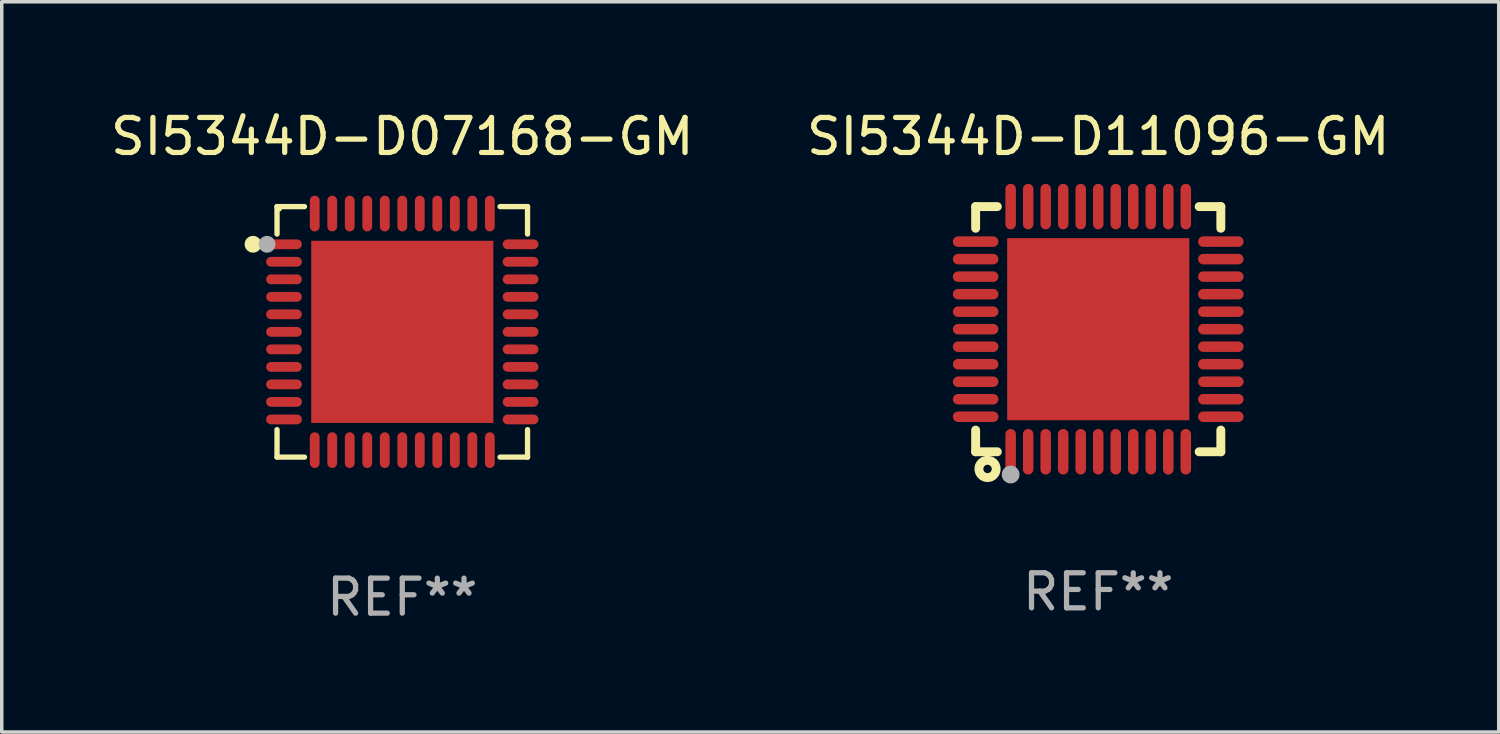
<source format=kicad_pcb>
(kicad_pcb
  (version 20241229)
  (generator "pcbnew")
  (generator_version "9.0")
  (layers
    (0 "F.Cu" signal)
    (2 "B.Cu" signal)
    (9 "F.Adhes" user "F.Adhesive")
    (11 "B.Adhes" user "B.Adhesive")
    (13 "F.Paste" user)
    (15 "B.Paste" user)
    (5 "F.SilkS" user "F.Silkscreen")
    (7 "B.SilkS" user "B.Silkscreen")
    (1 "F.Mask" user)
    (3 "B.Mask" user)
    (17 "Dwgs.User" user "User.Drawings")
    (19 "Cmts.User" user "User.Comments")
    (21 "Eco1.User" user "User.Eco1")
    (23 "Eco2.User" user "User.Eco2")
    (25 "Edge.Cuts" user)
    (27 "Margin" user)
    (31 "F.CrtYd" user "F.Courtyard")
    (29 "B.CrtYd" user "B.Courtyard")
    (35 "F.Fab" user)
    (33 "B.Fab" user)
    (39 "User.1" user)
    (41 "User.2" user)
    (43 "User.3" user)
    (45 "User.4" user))
  (footprint "SI5344D-D07168-GM"
    (layer "F.Cu")
    (at 8.435 6.424)
    (property "Reference" "SI5344D-D07168-GM" (at 0 -5.576 0) (layer "F.SilkS") (effects (font (size 1 1) (thickness 0.15))))
    (attr through_hole)
    (fp_line (start -3.576 -3.576) (end -2.792 -3.576) (stroke (width 0.152) (type solid)) (layer "F.SilkS"))
    (fp_line (start -3.576 -2.792) (end -3.576 -3.576) (stroke (width 0.152) (type solid)) (layer "F.SilkS"))
    (fp_line (start -3.576 2.792) (end -3.576 3.576) (stroke (width 0.152) (type solid)) (layer "F.SilkS"))
    (fp_line (start -3.576 3.576) (end -2.792 3.576) (stroke (width 0.152) (type solid)) (layer "F.SilkS"))
    (fp_line (start 3.576 -3.576) (end 2.792 -3.576) (stroke (width 0.152) (type solid)) (layer "F.SilkS"))
    (fp_line (start 3.576 -2.792) (end 3.576 -3.576) (stroke (width 0.152) (type solid)) (layer "F.SilkS"))
    (fp_line (start 3.576 2.792) (end 3.576 3.576) (stroke (width 0.152) (type solid)) (layer "F.SilkS"))
    (fp_line (start 3.576 3.576) (end 2.792 3.576) (stroke (width 0.152) (type solid)) (layer "F.SilkS"))
    (fp_circle (center -4.261 -2.5) (end -4.141 -2.5) (stroke (width 0.24) (type solid)) (fill no) (layer "F.SilkS"))
    (fp_circle (center -3.5 -3.5) (end -3.47 -3.5) (stroke (width 0.06) (type solid)) (fill no) (layer "F.SilkS"))
    (fp_circle (center -3.861 -2.5) (end -3.741 -2.5) (stroke (width 0.24) (type solid)) (fill no) (layer "F.Fab"))
    (fp_text user "REF**" (at 0 7.576 0) (layer "F.Fab") (effects (font (size 1 1) (thickness 0.15))))
    (pad "1" smd oval (at -3.377 -2.5) (size 1.02 0.28) (layers "F.Cu" "F.Mask" "F.Paste"))
    (pad "2" smd oval (at -3.377 -2) (size 1.02 0.28) (layers "F.Cu" "F.Mask" "F.Paste"))
    (pad "3" smd oval (at -3.377 -1.5) (size 1.02 0.28) (layers "F.Cu" "F.Mask" "F.Paste"))
    (pad "4" smd oval (at -3.377 -1) (size 1.02 0.28) (layers "F.Cu" "F.Mask" "F.Paste"))
    (pad "5" smd oval (at -3.377 -0.5) (size 1.02 0.28) (layers "F.Cu" "F.Mask" "F.Paste"))
    (pad "6" smd oval (at -3.377 0) (size 1.02 0.28) (layers "F.Cu" "F.Mask" "F.Paste"))
    (pad "7" smd oval (at -3.377 0.5) (size 1.02 0.28) (layers "F.Cu" "F.Mask" "F.Paste"))
    (pad "8" smd oval (at -3.377 1) (size 1.02 0.28) (layers "F.Cu" "F.Mask" "F.Paste"))
    (pad "9" smd oval (at -3.377 1.5) (size 1.02 0.28) (layers "F.Cu" "F.Mask" "F.Paste"))
    (pad "10" smd oval (at -3.377 2) (size 1.02 0.28) (layers "F.Cu" "F.Mask" "F.Paste"))
    (pad "11" smd oval (at -3.377 2.5) (size 1.02 0.28) (layers "F.Cu" "F.Mask" "F.Paste"))
    (pad "12" smd oval (at -2.5 3.377) (size 0.28 1.02) (layers "F.Cu" "F.Mask" "F.Paste"))
    (pad "13" smd oval (at -2 3.377) (size 0.28 1.02) (layers "F.Cu" "F.Mask" "F.Paste"))
    (pad "14" smd oval (at -1.5 3.377) (size 0.28 1.02) (layers "F.Cu" "F.Mask" "F.Paste"))
    (pad "15" smd oval (at -1 3.377) (size 0.28 1.02) (layers "F.Cu" "F.Mask" "F.Paste"))
    (pad "16" smd oval (at -0.5 3.377) (size 0.28 1.02) (layers "F.Cu" "F.Mask" "F.Paste"))
    (pad "17" smd oval (at 0 3.377) (size 0.28 1.02) (layers "F.Cu" "F.Mask" "F.Paste"))
    (pad "18" smd oval (at 0.5 3.377) (size 0.28 1.02) (layers "F.Cu" "F.Mask" "F.Paste"))
    (pad "19" smd oval (at 1 3.377) (size 0.28 1.02) (layers "F.Cu" "F.Mask" "F.Paste"))
    (pad "20" smd oval (at 1.5 3.377) (size 0.28 1.02) (layers "F.Cu" "F.Mask" "F.Paste"))
    (pad "21" smd oval (at 2 3.377) (size 0.28 1.02) (layers "F.Cu" "F.Mask" "F.Paste"))
    (pad "22" smd oval (at 2.5 3.377) (size 0.28 1.02) (layers "F.Cu" "F.Mask" "F.Paste"))
    (pad "23" smd oval (at 3.377 2.5) (size 1.02 0.28) (layers "F.Cu" "F.Mask" "F.Paste"))
    (pad "24" smd oval (at 3.377 2) (size 1.02 0.28) (layers "F.Cu" "F.Mask" "F.Paste"))
    (pad "25" smd oval (at 3.377 1.5) (size 1.02 0.28) (layers "F.Cu" "F.Mask" "F.Paste"))
    (pad "26" smd oval (at 3.377 1) (size 1.02 0.28) (layers "F.Cu" "F.Mask" "F.Paste"))
    (pad "27" smd oval (at 3.377 0.5) (size 1.02 0.28) (layers "F.Cu" "F.Mask" "F.Paste"))
    (pad "28" smd oval (at 3.377 0) (size 1.02 0.28) (layers "F.Cu" "F.Mask" "F.Paste"))
    (pad "29" smd oval (at 3.377 -0.5) (size 1.02 0.28) (layers "F.Cu" "F.Mask" "F.Paste"))
    (pad "30" smd oval (at 3.377 -1) (size 1.02 0.28) (layers "F.Cu" "F.Mask" "F.Paste"))
    (pad "31" smd oval (at 3.377 -1.5) (size 1.02 0.28) (layers "F.Cu" "F.Mask" "F.Paste"))
    (pad "32" smd oval (at 3.377 -2) (size 1.02 0.28) (layers "F.Cu" "F.Mask" "F.Paste"))
    (pad "33" smd oval (at 3.377 -2.5) (size 1.02 0.28) (layers "F.Cu" "F.Mask" "F.Paste"))
    (pad "34" smd oval (at 2.5 -3.377) (size 0.28 1.02) (layers "F.Cu" "F.Mask" "F.Paste"))
    (pad "35" smd oval (at 2 -3.377) (size 0.28 1.02) (layers "F.Cu" "F.Mask" "F.Paste"))
    (pad "36" smd oval (at 1.5 -3.377) (size 0.28 1.02) (layers "F.Cu" "F.Mask" "F.Paste"))
    (pad "37" smd oval (at 1 -3.377) (size 0.28 1.02) (layers "F.Cu" "F.Mask" "F.Paste"))
    (pad "38" smd oval (at 0.5 -3.377) (size 0.28 1.02) (layers "F.Cu" "F.Mask" "F.Paste"))
    (pad "39" smd oval (at 0 -3.377) (size 0.28 1.02) (layers "F.Cu" "F.Mask" "F.Paste"))
    (pad "40" smd oval (at -0.5 -3.377) (size 0.28 1.02) (layers "F.Cu" "F.Mask" "F.Paste"))
    (pad "41" smd oval (at -1 -3.377) (size 0.28 1.02) (layers "F.Cu" "F.Mask" "F.Paste"))
    (pad "42" smd oval (at -1.5 -3.377) (size 0.28 1.02) (layers "F.Cu" "F.Mask" "F.Paste"))
    (pad "43" smd oval (at -2 -3.377) (size 0.28 1.02) (layers "F.Cu" "F.Mask" "F.Paste"))
    (pad "44" smd oval (at -2.5 -3.377) (size 0.28 1.02) (layers "F.Cu" "F.Mask" "F.Paste"))
    (pad "45" smd rect (at 0 0) (size 5.2 5.2) (layers "F.Cu" "F.Mask" "F.Paste")))
  (footprint "SI5344D-D11096-GM"
    (layer "F.Cu")
    (at 28.304 6.348)
    (property "Reference" "SI5344D-D11096-GM" (at 0 -5.5 0) (layer "F.SilkS") (effects (font (size 1 1) (thickness 0.15))))
    (attr through_hole)
    (fp_line (start -3.5 -3.5) (end -2.881 -3.5) (stroke (width 0.254) (type solid)) (layer "F.SilkS"))
    (fp_line (start -3.5 -2.881) (end -3.5 -3.5) (stroke (width 0.254) (type solid)) (layer "F.SilkS"))
    (fp_line (start -3.5 3.5) (end -3.5 2.881) (stroke (width 0.254) (type solid)) (layer "F.SilkS"))
    (fp_line (start -2.881 3.5) (end -3.5 3.5) (stroke (width 0.254) (type solid)) (layer "F.SilkS"))
    (fp_line (start 2.881 -3.5) (end 3.5 -3.5) (stroke (width 0.254) (type solid)) (layer "F.SilkS"))
    (fp_line (start 3.5 -3.5) (end 3.5 -2.881) (stroke (width 0.254) (type solid)) (layer "F.SilkS"))
    (fp_line (start 3.5 2.881) (end 3.5 3.5) (stroke (width 0.254) (type solid)) (layer "F.SilkS"))
    (fp_line (start 3.5 3.5) (end 2.881 3.5) (stroke (width 0.254) (type solid)) (layer "F.SilkS"))
    (fp_circle (center -3.5 3.5) (end -3.47 3.5) (stroke (width 0.06) (type solid)) (fill no) (layer "F.SilkS"))
    (fp_circle (center -3.16 3.99) (end -3.04 3.99) (stroke (width 0.254) (type solid)) (fill no) (layer "F.SilkS"))
    (fp_circle (center -2.5 4.15) (end -2.373 4.15) (stroke (width 0.254) (type solid)) (fill no) (layer "F.Fab"))
    (fp_text user "REF**" (at 0 7.5 0) (layer "F.Fab") (effects (font (size 1 1) (thickness 0.15))))
    (pad "1" smd oval (at -2.5 3.5 90) (size 1.3 0.3) (layers "F.Cu" "F.Mask" "F.Paste"))
    (pad "2" smd oval (at -2 3.5 90) (size 1.3 0.3) (layers "F.Cu" "F.Mask" "F.Paste"))
    (pad "3" smd oval (at -1.5 3.5 90) (size 1.3 0.3) (layers "F.Cu" "F.Mask" "F.Paste"))
    (pad "4" smd oval (at -1 3.5 90) (size 1.3 0.3) (layers "F.Cu" "F.Mask" "F.Paste"))
    (pad "5" smd oval (at -0.5 3.5 90) (size 1.3 0.3) (layers "F.Cu" "F.Mask" "F.Paste"))
    (pad "6" smd oval (at -0.000127 3.5 90) (size 1.3 0.3) (layers "F.Cu" "F.Mask" "F.Paste"))
    (pad "7" smd oval (at 0.5 3.5 90) (size 1.3 0.3) (layers "F.Cu" "F.Mask" "F.Paste"))
    (pad "8" smd oval (at 1 3.5 90) (size 1.3 0.3) (layers "F.Cu" "F.Mask" "F.Paste"))
    (pad "9" smd oval (at 1.5 3.5 90) (size 1.3 0.3) (layers "F.Cu" "F.Mask" "F.Paste"))
    (pad "10" smd oval (at 2 3.5 90) (size 1.3 0.3) (layers "F.Cu" "F.Mask" "F.Paste"))
    (pad "11" smd oval (at 2.5 3.5 90) (size 1.3 0.3) (layers "F.Cu" "F.Mask" "F.Paste"))
    (pad "12" smd oval (at 3.5 2.5 90) (size 0.3 1.3) (layers "F.Cu" "F.Mask" "F.Paste"))
    (pad "13" smd oval (at 3.5 2 90) (size 0.3 1.3) (layers "F.Cu" "F.Mask" "F.Paste"))
    (pad "14" smd oval (at 3.5 1.5 90) (size 0.3 1.3) (layers "F.Cu" "F.Mask" "F.Paste"))
    (pad "15" smd oval (at 3.5 1 90) (size 0.3 1.3) (layers "F.Cu" "F.Mask" "F.Paste"))
    (pad "16" smd oval (at 3.5 0.5 90) (size 0.3 1.3) (layers "F.Cu" "F.Mask" "F.Paste"))
    (pad "17" smd oval (at 3.5 0.000127 90) (size 0.3 1.3) (layers "F.Cu" "F.Mask" "F.Paste"))
    (pad "18" smd oval (at 3.5 -0.5 90) (size 0.3 1.3) (layers "F.Cu" "F.Mask" "F.Paste"))
    (pad "19" smd oval (at 3.5 -1 90) (size 0.3 1.3) (layers "F.Cu" "F.Mask" "F.Paste"))
    (pad "20" smd oval (at 3.5 -1.5 90) (size 0.3 1.3) (layers "F.Cu" "F.Mask" "F.Paste"))
    (pad "21" smd oval (at 3.5 -2 90) (size 0.3 1.3) (layers "F.Cu" "F.Mask" "F.Paste"))
    (pad "22" smd oval (at 3.5 -2.5 90) (size 0.3 1.3) (layers "F.Cu" "F.Mask" "F.Paste"))
    (pad "23" smd oval (at 2.5 -3.5 90) (size 1.3 0.3) (layers "F.Cu" "F.Mask" "F.Paste"))
    (pad "24" smd oval (at 2 -3.5 90) (size 1.3 0.3) (layers "F.Cu" "F.Mask" "F.Paste"))
    (pad "25" smd oval (at 1.5 -3.5 90) (size 1.3 0.3) (layers "F.Cu" "F.Mask" "F.Paste"))
    (pad "26" smd oval (at 1 -3.5 90) (size 1.3 0.3) (layers "F.Cu" "F.Mask" "F.Paste"))
    (pad "27" smd oval (at 0.5 -3.5 90) (size 1.3 0.3) (layers "F.Cu" "F.Mask" "F.Paste"))
    (pad "28" smd oval (at -0.000127 -3.5 90) (size 1.3 0.3) (layers "F.Cu" "F.Mask" "F.Paste"))
    (pad "29" smd oval (at -0.5 -3.5 90) (size 1.3 0.3) (layers "F.Cu" "F.Mask" "F.Paste"))
    (pad "30" smd oval (at -1 -3.5 90) (size 1.3 0.3) (layers "F.Cu" "F.Mask" "F.Paste"))
    (pad "31" smd oval (at -1.5 -3.5 90) (size 1.3 0.3) (layers "F.Cu" "F.Mask" "F.Paste"))
    (pad "32" smd oval (at -2 -3.5 90) (size 1.3 0.3) (layers "F.Cu" "F.Mask" "F.Paste"))
    (pad "33" smd oval (at -2.5 -3.5 90) (size 1.3 0.3) (layers "F.Cu" "F.Mask" "F.Paste"))
    (pad "34" smd oval (at -3.5 -2.5 90) (size 0.3 1.3) (layers "F.Cu" "F.Mask" "F.Paste"))
    (pad "35" smd oval (at -3.5 -2 90) (size 0.3 1.3) (layers "F.Cu" "F.Mask" "F.Paste"))
    (pad "36" smd oval (at -3.5 -1.5 90) (size 0.3 1.3) (layers "F.Cu" "F.Mask" "F.Paste"))
    (pad "37" smd oval (at -3.5 -1 90) (size 0.3 1.3) (layers "F.Cu" "F.Mask" "F.Paste"))
    (pad "38" smd oval (at -3.5 -0.5 90) (size 0.3 1.3) (layers "F.Cu" "F.Mask" "F.Paste"))
    (pad "39" smd oval (at -3.5 0.000127 90) (size 0.3 1.3) (layers "F.Cu" "F.Mask" "F.Paste"))
    (pad "40" smd oval (at -3.5 0.5 90) (size 0.3 1.3) (layers "F.Cu" "F.Mask" "F.Paste"))
    (pad "41" smd oval (at -3.5 1 90) (size 0.3 1.3) (layers "F.Cu" "F.Mask" "F.Paste"))
    (pad "42" smd oval (at -3.5 1.5 90) (size 0.3 1.3) (layers "F.Cu" "F.Mask" "F.Paste"))
    (pad "43" smd oval (at -3.5 2 90) (size 0.3 1.3) (layers "F.Cu" "F.Mask" "F.Paste"))
    (pad "44" smd oval (at -3.5 2.5 90) (size 0.3 1.3) (layers "F.Cu" "F.Mask" "F.Paste"))
    (pad "45" smd rect (at -0.000127 0.000127 90) (size 5.2 5.2) (layers "F.Cu" "F.Mask" "F.Paste")))
  (gr_rect
    (start -3 -3)
    (end 39.738 17.849)
    (stroke (width 0.1) (type default))
    (fill no)
    (layer "Edge.Cuts")))
</source>
